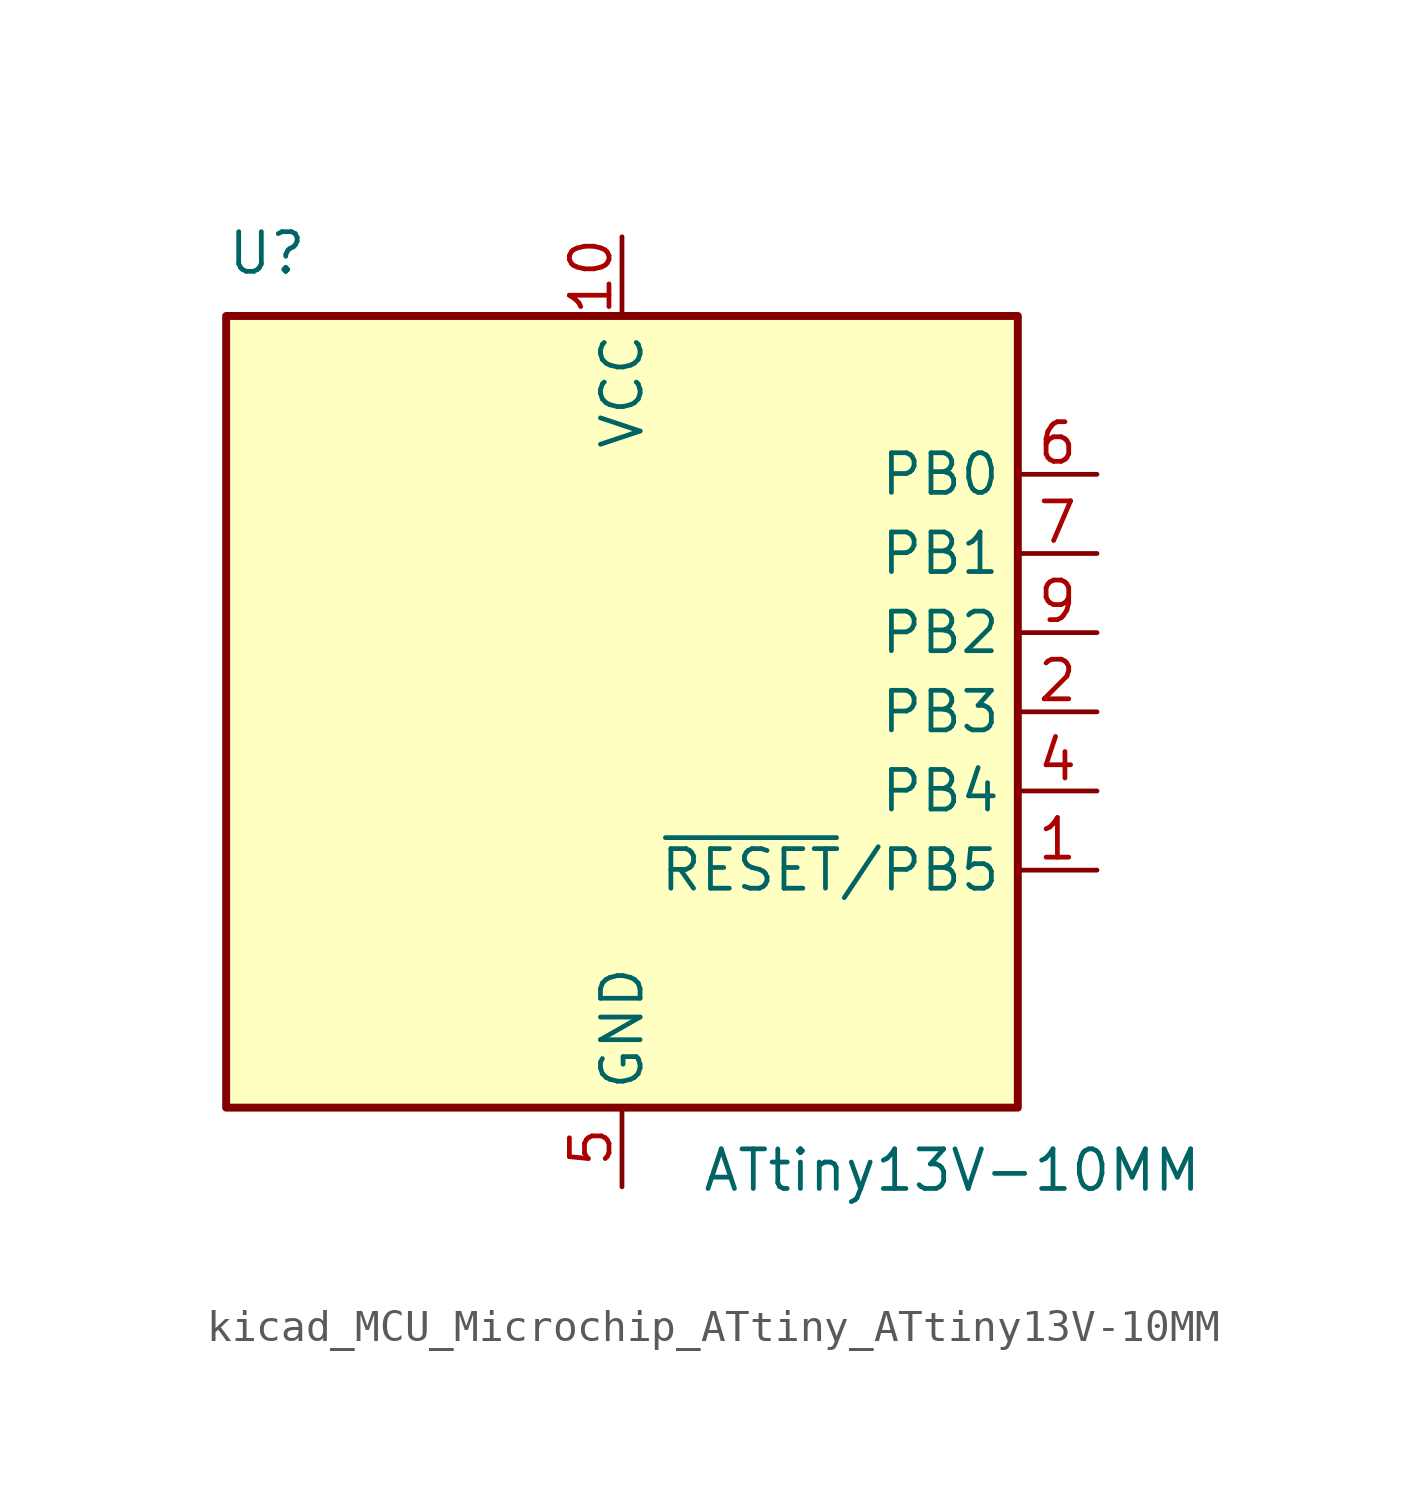
<source format=kicad_sym>
(kicad_symbol_lib
  (version 20220914)
  (generator kicad_symbol_editor)
  (symbol "kicad_MCU_Microchip_ATtiny_ATtiny13V-10MM"
    (property "Reference" "U"
      (at -12.7 13.97 0)
      (effects (font (size 1.27 1.27)) (justify left bottom)))
    (property "Value" "ATtiny13V-10MM"
      (at 2.54 -13.97 0)
      (effects (font (size 1.27 1.27)) (justify left top)))
    (symbol "kicad_MCU_Microchip_ATtiny_ATtiny13V-10MM_0_1"
      (rectangle (start -12.7 -12.7) (end 12.7 12.7) (stroke (width 0.254) (type default)) (fill (type background))))
    (symbol "kicad_MCU_Microchip_ATtiny_ATtiny13V-10MM_1_1"
      (pin bidirectional line (at 15.24 -5.08 180) (length 2.54) (name "~{RESET}/PB5" (effects (font (size 1.27 1.27)))) (number "1" (effects (font (size 1.27 1.27)))))
      (pin power_in line (at 0 15.24 270) (length 2.54) (name "VCC" (effects (font (size 1.27 1.27)))) (number "10" (effects (font (size 1.27 1.27)))))
      (pin passive line (at 0 -15.24 90) (length 2.54) hide (name "GND" (effects (font (size 1.27 1.27)))) (number "11" (effects (font (size 1.27 1.27)))))
      (pin bidirectional line (at 15.24 0 180) (length 2.54) (name "PB3" (effects (font (size 1.27 1.27)))) (number "2" (effects (font (size 1.27 1.27)))))
      (pin no_connect line (at -12.7 -7.62 0) (length 2.54) hide (name "NC" (effects (font (size 1.27 1.27)))) (number "3" (effects (font (size 1.27 1.27)))))
      (pin bidirectional line (at 15.24 -2.54 180) (length 2.54) (name "PB4" (effects (font (size 1.27 1.27)))) (number "4" (effects (font (size 1.27 1.27)))))
      (pin power_in line (at 0 -15.24 90) (length 2.54) (name "GND" (effects (font (size 1.27 1.27)))) (number "5" (effects (font (size 1.27 1.27)))))
      (pin bidirectional line (at 15.24 7.62 180) (length 2.54) (name "PB0" (effects (font (size 1.27 1.27)))) (number "6" (effects (font (size 1.27 1.27)))))
      (pin bidirectional line (at 15.24 5.08 180) (length 2.54) (name "PB1" (effects (font (size 1.27 1.27)))) (number "7" (effects (font (size 1.27 1.27)))))
      (pin no_connect line (at -12.7 -10.16 0) (length 2.54) hide (name "NC" (effects (font (size 1.27 1.27)))) (number "8" (effects (font (size 1.27 1.27)))))
      (pin bidirectional line (at 15.24 2.54 180) (length 2.54) (name "PB2" (effects (font (size 1.27 1.27)))) (number "9" (effects (font (size 1.27 1.27))))))))
</source>
